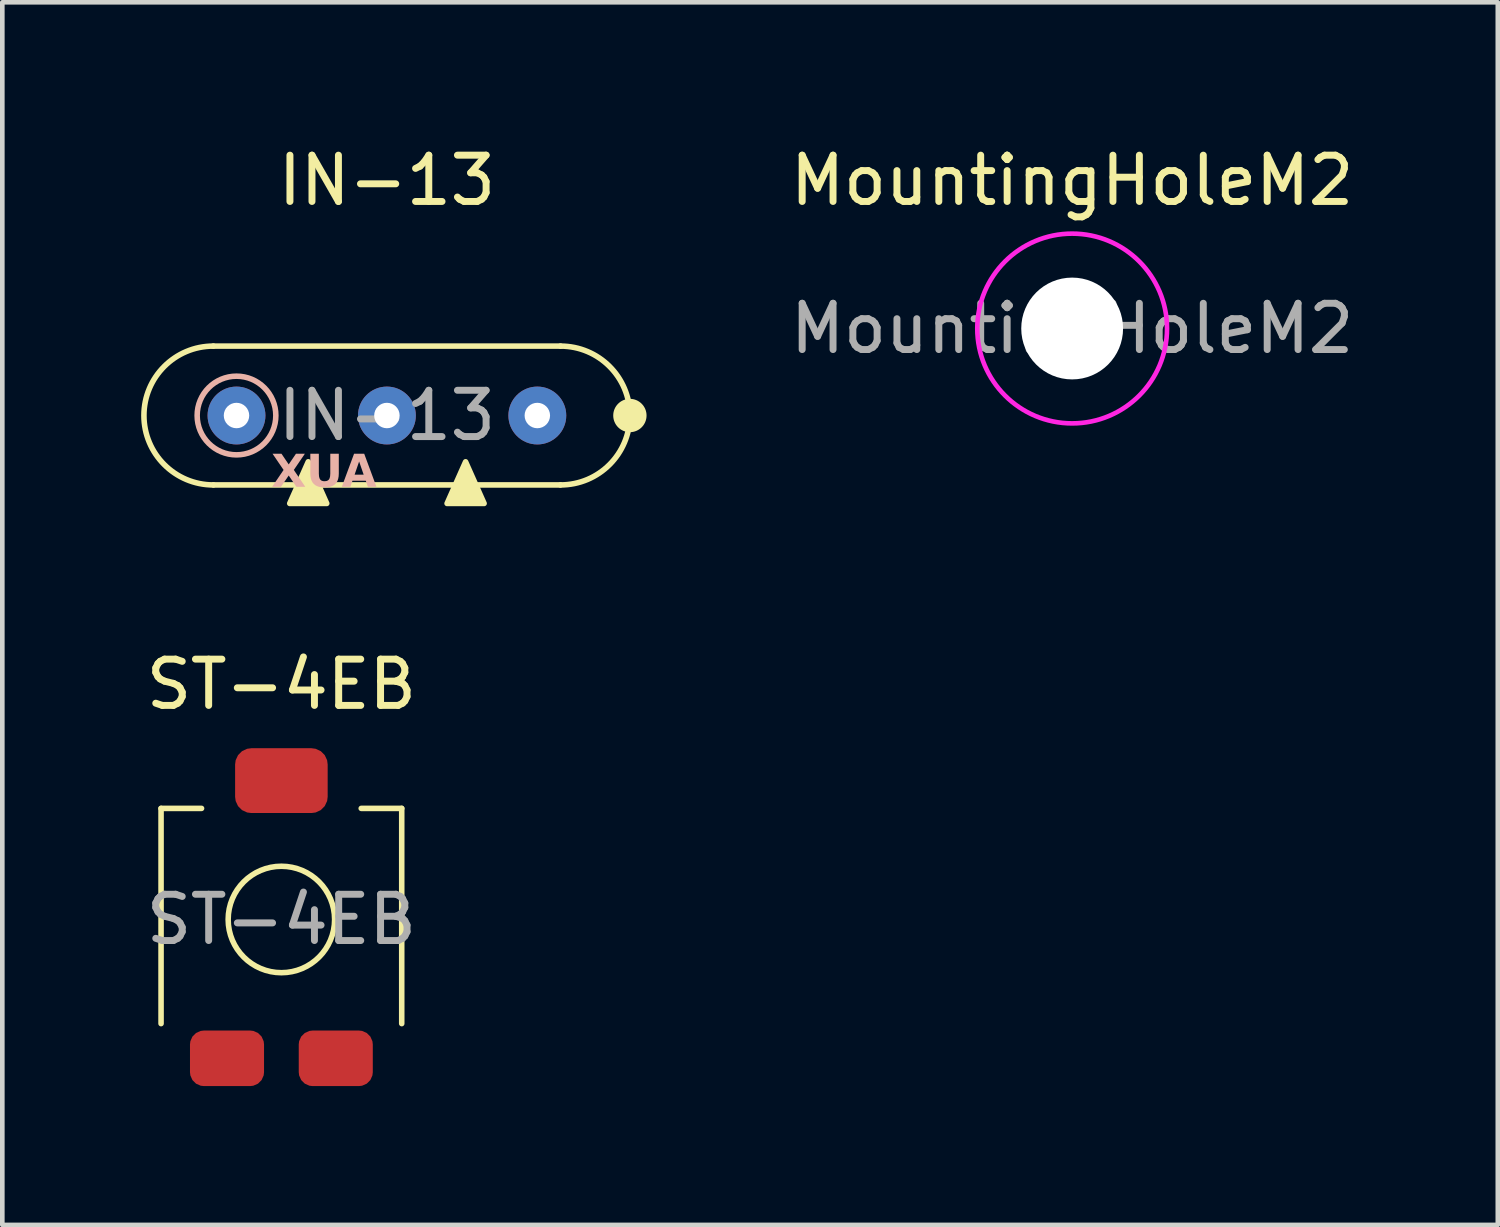
<source format=kicad_pcb>
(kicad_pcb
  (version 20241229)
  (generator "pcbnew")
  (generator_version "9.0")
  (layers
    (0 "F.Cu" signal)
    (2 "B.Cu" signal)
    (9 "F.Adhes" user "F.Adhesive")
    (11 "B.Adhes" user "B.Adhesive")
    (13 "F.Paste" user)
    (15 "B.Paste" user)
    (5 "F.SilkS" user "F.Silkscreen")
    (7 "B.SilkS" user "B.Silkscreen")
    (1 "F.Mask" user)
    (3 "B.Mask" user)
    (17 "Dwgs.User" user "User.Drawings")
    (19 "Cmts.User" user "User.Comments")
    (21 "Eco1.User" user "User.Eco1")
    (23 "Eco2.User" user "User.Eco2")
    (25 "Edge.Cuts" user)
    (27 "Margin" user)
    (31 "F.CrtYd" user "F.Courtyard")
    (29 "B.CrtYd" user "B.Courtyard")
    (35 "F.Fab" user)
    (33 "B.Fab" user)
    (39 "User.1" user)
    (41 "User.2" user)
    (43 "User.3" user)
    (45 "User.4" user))
  (footprint "IN-13"
    (layer "F.Cu")
    (at 5.31 5.928)
    (property "Reference" "IN-13" (at 0 -5.08 0) (unlocked yes) (layer "F.SilkS") (effects (font (size 1 1) (thickness 0.15))))
    (attr through_hole)
    (fp_line (start -3.75 -1.5) (end 3.75 -1.5) (stroke (width 0.12) (type default)) (layer "F.SilkS"))
    (fp_line (start 3.75 1.5) (end -3.75 1.5) (stroke (width 0.12) (type default)) (layer "F.SilkS"))
    (fp_arc (start -3.75 1.5) (mid -5.25 0) (end -3.75 -1.5) (stroke (width 0.12) (type default)) (layer "F.SilkS"))
    (fp_arc (start 3.75 -1.5) (mid 5.25 0) (end 3.75 1.5) (stroke (width 0.12) (type default)) (layer "F.SilkS"))
    (fp_circle (center 5.25 0) (end 5.55 0) (stroke (width 0.12) (type solid)) (fill yes) (layer "F.SilkS"))
    (fp_poly (pts (xy -2.1 1.9) (xy -1.7 1) (xy -1.3 1.9)) (stroke (width 0.12) (type solid)) (fill yes) (layer "F.SilkS"))
    (fp_poly (pts (xy 1.3 1.9) (xy 1.7 1) (xy 2.1 1.9)) (stroke (width 0.12) (type solid)) (fill yes) (layer "F.SilkS"))
    (fp_circle (center -3.25 0) (end -2.4 0) (stroke (width 0.12) (type default)) (fill no) (layer "B.SilkS"))
    (fp_text user "AUX" (at -2.5 1.25 0) (unlocked yes) (layer "B.SilkS") (effects (font (face "Oxanium SemiBold") (size 0.7 0.7) (thickness 0.087)) (justify right mirror)))
    (fp_text user "${REFERENCE}" (at 0 0 0) (unlocked yes) (layer "F.Fab") (effects (font (size 1 1) (thickness 0.15))))
    (pad "1" thru_hole circle (at 3.25 0) (size 1.25 1.25) (drill 0.55) (layers "*.Cu" "*.Mask"))
    (pad "2" thru_hole circle (at 0 0) (size 1.25 1.25) (drill 0.55) (layers "*.Cu" "*.Mask"))
    (pad "3" thru_hole circle (at -3.25 0) (size 1.25 1.25) (drill 0.55) (layers "*.Cu" "*.Mask")))
  (footprint "MountingHoleM2"
    (layer "F.Cu")
    (at 20.116 4.048)
    (property "Reference" "MountingHoleM2" (at 0 -3.2 0) (layer "F.SilkS") (effects (font (size 1 1) (thickness 0.15))))
    (attr exclude_from_pos_files exclude_from_bom)
    (fp_circle (center 0 0) (end 2.05 0) (stroke (width 0.1) (type solid)) (fill no) (layer "F.CrtYd"))
    (fp_text user "${REFERENCE}" (at 0 0 0) (layer "F.Fab") (effects (font (size 1 1) (thickness 0.15))))
    (pad "" np_thru_hole circle (at 0 0) (size 2.2 2.2) (drill 2.2) (layers "*.Cu" "*.Mask")))
  (footprint "ST-4EB"
    (layer "F.Cu")
    (at 3.03 16.817)
    (property "Reference" "ST-4EB" (at 0 -5.08 0) (unlocked yes) (layer "F.SilkS") (effects (font (size 1 1) (thickness 0.15))))
    (attr smd)
    (fp_line (start -2.6 -2.4) (end -2.6 2.25) (stroke (width 0.12) (type default)) (layer "F.SilkS"))
    (fp_line (start -2.6 -2.4) (end -1.725 -2.4) (stroke (width 0.12) (type default)) (layer "F.SilkS"))
    (fp_line (start 2.6 -2.4) (end 1.725 -2.4) (stroke (width 0.12) (type default)) (layer "F.SilkS"))
    (fp_line (start 2.6 -2.4) (end 2.6 2.25) (stroke (width 0.12) (type default)) (layer "F.SilkS"))
    (fp_circle (center 0 0) (end 1.15 0) (stroke (width 0.12) (type default)) (fill no) (layer "F.SilkS"))
    (fp_text user "${REFERENCE}" (at 0 0 0) (unlocked yes) (layer "F.Fab") (effects (font (size 1 1) (thickness 0.15))))
    (pad "1" smd roundrect (at 1.175 3) (size 1.6 1.2) (layers "F.Cu" "F.Mask" "F.Paste") (roundrect_rratio 0.25))
    (pad "2" smd roundrect (at 0 -3) (size 2 1.4) (layers "F.Cu" "F.Mask" "F.Paste") (roundrect_rratio 0.25))
    (pad "3" smd roundrect (at -1.175 3) (size 1.6 1.2) (layers "F.Cu" "F.Mask" "F.Paste") (roundrect_rratio 0.25)))
  (gr_rect
    (start -3 -3)
    (end 29.313 23.416)
    (stroke (width 0.1) (type default))
    (fill no)
    (layer "Edge.Cuts")))
</source>
